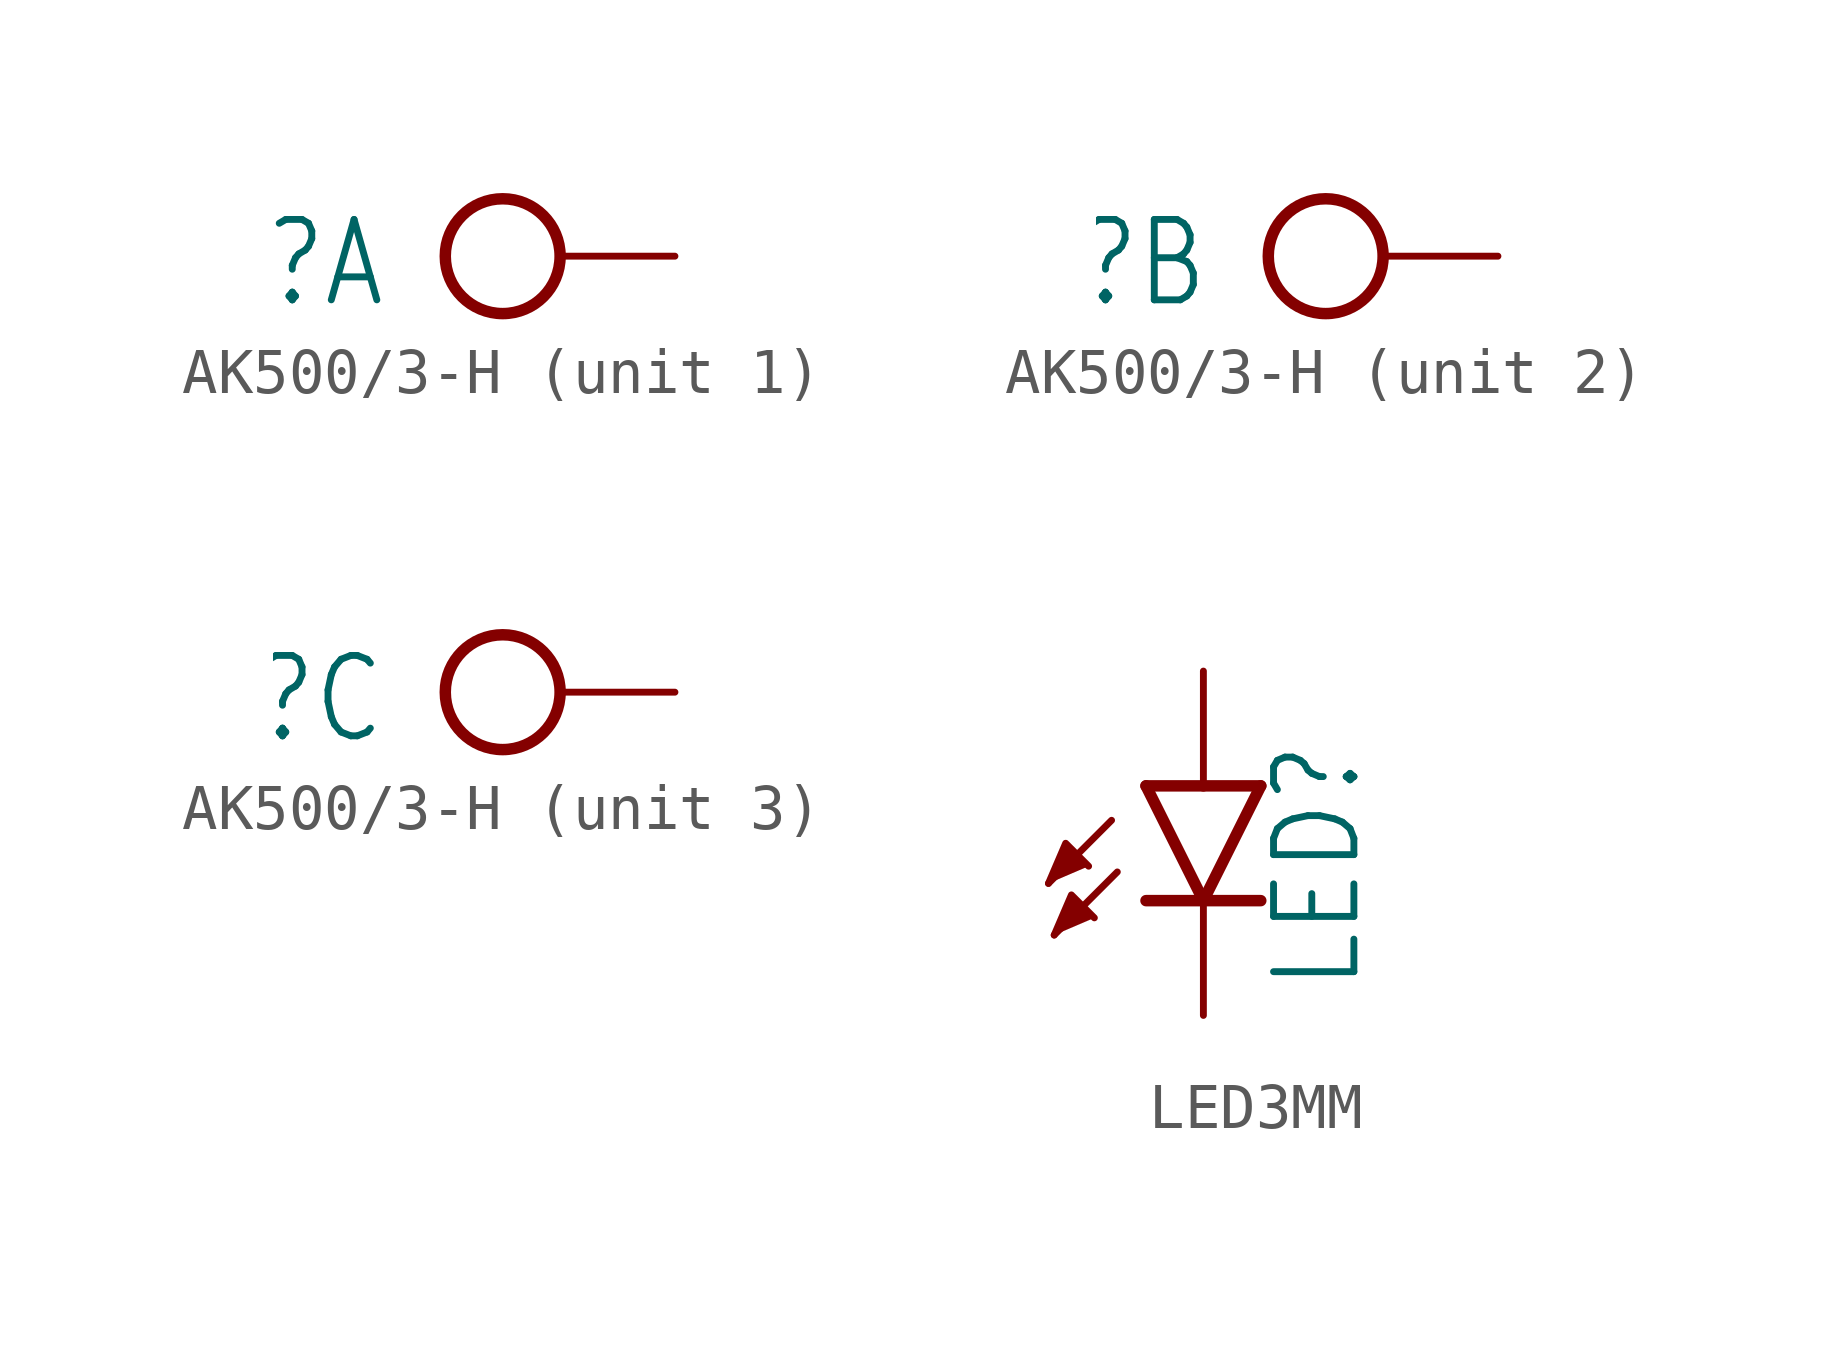
<source format=kicad_sym>
(kicad_symbol_lib
  (version 20231120)
  (generator "kicad_symbol_editor")
  (generator_version "8.0")
  (symbol "AK500/3-H"
    (property "Reference" "X"
      (at -1.27 0.889 0)
      (effects (font (size 1.778 1.511)) (justify right top)))
    (property "ki_locked" ""
      (at 0 0 0)
      (effects (font (size 1.27 1.27))))
    (symbol "AK500/3-H_1_0"
      (circle (center 1.27 0) (radius 1.27) (stroke (width 0.254) (type solid)) (fill (type none)))
      (pin passive line (at 5.08 0 180) (length 2.54) (name "KL" (effects (font (size 0 0)))) (number "1" (effects (font (size 0 0))))))
    (symbol "AK500/3-H_2_0"
      (circle (center 1.27 0) (radius 1.27) (stroke (width 0.254) (type solid)) (fill (type none)))
      (pin passive line (at 5.08 0 180) (length 2.54) (name "KL" (effects (font (size 0 0)))) (number "2" (effects (font (size 0 0))))))
    (symbol "AK500/3-H_3_0"
      (circle (center 1.27 0) (radius 1.27) (stroke (width 0.254) (type solid)) (fill (type none)))
      (pin passive line (at 5.08 0 180) (length 2.54) (name "KL" (effects (font (size 0 0)))) (number "3" (effects (font (size 0 0)))))))
  (symbol "LED3MM"
    (property "Reference" "LED"
      (at 3.556 -4.572 90)
      (effects (font (size 1.778 1.511)) (justify left bottom)))
    (property "Value" ""
      (at 5.715 -4.572 90)
      (effects (font (size 1.778 1.511)) (justify left bottom)))
    (property "ki_locked" ""
      (at 0 0 0)
      (effects (font (size 1.27 1.27))))
    (symbol "LED3MM_1_0"
      (polyline (pts (xy -2.032 -0.762) (xy -3.429 -2.159)) (stroke (width 0.152) (type solid)) (fill (type none)))
      (polyline (pts (xy -1.905 -1.905) (xy -3.302 -3.302)) (stroke (width 0.152) (type solid)) (fill (type none)))
      (polyline (pts (xy 0 -2.54) (xy -1.27 -2.54)) (stroke (width 0.254) (type solid)) (fill (type none)))
      (polyline (pts (xy 0 -2.54) (xy -1.27 0)) (stroke (width 0.254) (type solid)) (fill (type none)))
      (polyline (pts (xy 0 0) (xy -1.27 0)) (stroke (width 0.254) (type solid)) (fill (type none)))
      (polyline (pts (xy 1.27 -2.54) (xy 0 -2.54)) (stroke (width 0.254) (type solid)) (fill (type none)))
      (polyline (pts (xy 1.27 0) (xy 0 -2.54)) (stroke (width 0.254) (type solid)) (fill (type none)))
      (polyline (pts (xy 1.27 0) (xy 0 0)) (stroke (width 0.254) (type solid)) (fill (type none)))
      (polyline (pts (xy -3.429 -2.159) (xy -3.048 -1.27) (xy -2.54 -1.778)) (stroke (width 0.152) (type solid)) (fill (type outline)))
      (polyline (pts (xy -3.302 -3.302) (xy -2.921 -2.413) (xy -2.413 -2.921)) (stroke (width 0.152) (type solid)) (fill (type outline)))
      (pin passive line (at 0 2.54 270) (length 2.54) (name "A" (effects (font (size 0 0)))) (number "A" (effects (font (size 0 0)))))
      (pin passive line (at 0 -5.08 90) (length 2.54) (name "C" (effects (font (size 0 0)))) (number "K" (effects (font (size 0 0))))))))
</source>
